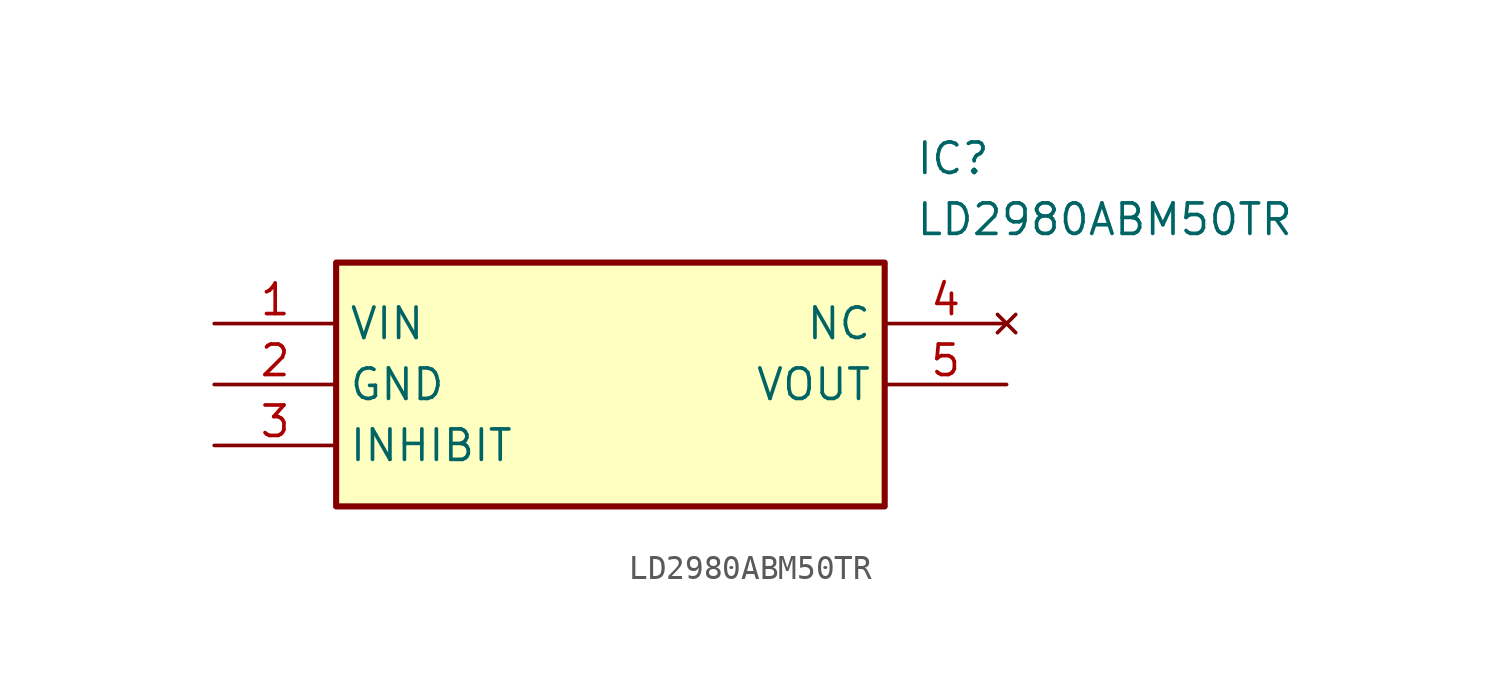
<source format=kicad_sym>
(kicad_symbol_lib
  (version 20231120)
  (generator "kicad_symbol_editor")
  (generator_version "8.0")
  (symbol "LD2980ABM50TR"
    (property "Reference" "IC"
      (at 29.21 7.62 0)
      (effects (font (size 1.27 1.27)) (justify left top)))
    (property "Value" "LD2980ABM50TR"
      (at 29.21 5.08 0)
      (effects (font (size 1.27 1.27)) (justify left top)))
    (symbol "LD2980ABM50TR_1_1"
      (rectangle (start 5.08 2.54) (end 27.94 -7.62) (stroke (width 0.254) (type default)) (fill (type background)))
      (pin input line (at 0 0 0) (length 5.08) (name "VIN" (effects (font (size 1.27 1.27)))) (number "1" (effects (font (size 1.27 1.27)))))
      (pin power_in line (at 0 -2.54 0) (length 5.08) (name "GND" (effects (font (size 1.27 1.27)))) (number "2" (effects (font (size 1.27 1.27)))))
      (pin input line (at 0 -5.08 0) (length 5.08) (name "INHIBIT" (effects (font (size 1.27 1.27)))) (number "3" (effects (font (size 1.27 1.27)))))
      (pin no_connect line (at 33.02 0 180) (length 5.08) (name "NC" (effects (font (size 1.27 1.27)))) (number "4" (effects (font (size 1.27 1.27)))))
      (pin output line (at 33.02 -2.54 180) (length 5.08) (name "VOUT" (effects (font (size 1.27 1.27)))) (number "5" (effects (font (size 1.27 1.27))))))))
</source>
